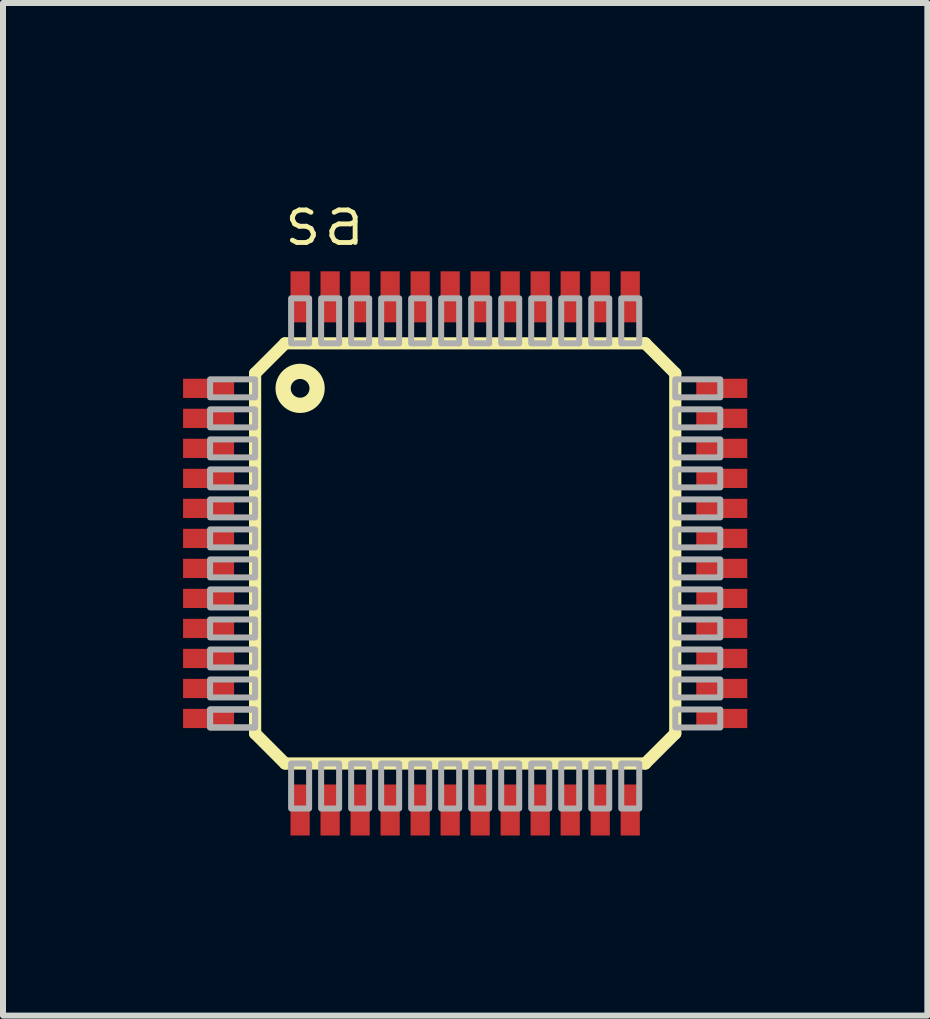
<source format=kicad_pcb>
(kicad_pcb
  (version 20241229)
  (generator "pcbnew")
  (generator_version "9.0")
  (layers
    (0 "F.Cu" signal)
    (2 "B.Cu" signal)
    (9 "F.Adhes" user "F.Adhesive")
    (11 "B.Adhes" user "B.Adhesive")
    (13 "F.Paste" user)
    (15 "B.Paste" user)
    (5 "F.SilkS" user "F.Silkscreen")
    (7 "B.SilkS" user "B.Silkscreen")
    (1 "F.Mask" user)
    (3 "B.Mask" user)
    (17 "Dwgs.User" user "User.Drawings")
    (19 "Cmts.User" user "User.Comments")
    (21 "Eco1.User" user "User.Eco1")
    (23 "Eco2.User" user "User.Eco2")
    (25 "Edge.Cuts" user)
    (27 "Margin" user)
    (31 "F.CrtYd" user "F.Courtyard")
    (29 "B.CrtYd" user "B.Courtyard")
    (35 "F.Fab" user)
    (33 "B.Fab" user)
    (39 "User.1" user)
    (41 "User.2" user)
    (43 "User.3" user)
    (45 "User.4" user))
  (footprint "sa"
    (layer "F.Cu")
    (at 4.7 6.17)
    (property "Reference" "sa" (at -2.337 -5.552 0) (layer "F.SilkS") (effects (font (size 0.813 0.813) (thickness 0.081))))
    (attr through_hole)
    (fp_line (start -3.5 -3) (end -3 -3.5) (stroke (width 0.203) (type solid)) (layer "F.SilkS"))
    (fp_line (start -3.5 3) (end -3.5 -3) (stroke (width 0.203) (type solid)) (layer "F.SilkS"))
    (fp_line (start -3 -3.5) (end 3 -3.5) (stroke (width 0.203) (type solid)) (layer "F.SilkS"))
    (fp_line (start -3 3.5) (end -3.5 3) (stroke (width 0.203) (type solid)) (layer "F.SilkS"))
    (fp_line (start 3 -3.5) (end 3.5 -3) (stroke (width 0.203) (type solid)) (layer "F.SilkS"))
    (fp_line (start 3 3.5) (end -3 3.5) (stroke (width 0.203) (type solid)) (layer "F.SilkS"))
    (fp_line (start 3.5 -3) (end 3.5 3) (stroke (width 0.203) (type solid)) (layer "F.SilkS"))
    (fp_line (start 3.5 3) (end 3 3.5) (stroke (width 0.203) (type solid)) (layer "F.SilkS"))
    (fp_circle (center -2.75 -2.75) (end -2.467 -2.75) (stroke (width 0.254) (type solid)) (fill no) (layer "F.SilkS"))
    (fp_poly (pts (xy -4.25 -2.9) (xy -3.5 -2.9) (xy -3.5 -2.6) (xy -4.25 -2.6)) (stroke (width 0.1) (type solid)) (fill no) (layer "F.Fab"))
    (fp_poly (pts (xy -4.25 -2.4) (xy -3.5 -2.4) (xy -3.5 -2.1) (xy -4.25 -2.1)) (stroke (width 0.1) (type solid)) (fill no) (layer "F.Fab"))
    (fp_poly (pts (xy -4.25 -1.9) (xy -3.5 -1.9) (xy -3.5 -1.6) (xy -4.25 -1.6)) (stroke (width 0.1) (type solid)) (fill no) (layer "F.Fab"))
    (fp_poly (pts (xy -4.25 -1.4) (xy -3.5 -1.4) (xy -3.5 -1.1) (xy -4.25 -1.1)) (stroke (width 0.1) (type solid)) (fill no) (layer "F.Fab"))
    (fp_poly (pts (xy -4.25 -0.9) (xy -3.5 -0.9) (xy -3.5 -0.6) (xy -4.25 -0.6)) (stroke (width 0.1) (type solid)) (fill no) (layer "F.Fab"))
    (fp_poly (pts (xy -4.25 -0.4) (xy -3.5 -0.4) (xy -3.5 -0.1) (xy -4.25 -0.1)) (stroke (width 0.1) (type solid)) (fill no) (layer "F.Fab"))
    (fp_poly (pts (xy -4.25 0.1) (xy -3.5 0.1) (xy -3.5 0.4) (xy -4.25 0.4)) (stroke (width 0.1) (type solid)) (fill no) (layer "F.Fab"))
    (fp_poly (pts (xy -4.25 0.6) (xy -3.5 0.6) (xy -3.5 0.9) (xy -4.25 0.9)) (stroke (width 0.1) (type solid)) (fill no) (layer "F.Fab"))
    (fp_poly (pts (xy -4.25 1.1) (xy -3.5 1.1) (xy -3.5 1.4) (xy -4.25 1.4)) (stroke (width 0.1) (type solid)) (fill no) (layer "F.Fab"))
    (fp_poly (pts (xy -4.25 1.6) (xy -3.5 1.6) (xy -3.5 1.9) (xy -4.25 1.9)) (stroke (width 0.1) (type solid)) (fill no) (layer "F.Fab"))
    (fp_poly (pts (xy -4.25 2.1) (xy -3.5 2.1) (xy -3.5 2.4) (xy -4.25 2.4)) (stroke (width 0.1) (type solid)) (fill no) (layer "F.Fab"))
    (fp_poly (pts (xy -4.25 2.6) (xy -3.5 2.6) (xy -3.5 2.9) (xy -4.25 2.9)) (stroke (width 0.1) (type solid)) (fill no) (layer "F.Fab"))
    (fp_poly (pts (xy -4.25 2.6) (xy -3.5 2.6) (xy -3.5 2.9) (xy -4.25 2.9)) (stroke (width 0.1) (type solid)) (fill no) (layer "F.Fab"))
    (fp_poly (pts (xy -2.9 -4.25) (xy -2.6 -4.25) (xy -2.6 -3.5) (xy -2.9 -3.5)) (stroke (width 0.1) (type solid)) (fill no) (layer "F.Fab"))
    (fp_poly (pts (xy -2.9 3.5) (xy -2.6 3.5) (xy -2.6 4.25) (xy -2.9 4.25)) (stroke (width 0.1) (type solid)) (fill no) (layer "F.Fab"))
    (fp_poly (pts (xy -2.4 -4.25) (xy -2.1 -4.25) (xy -2.1 -3.5) (xy -2.4 -3.5)) (stroke (width 0.1) (type solid)) (fill no) (layer "F.Fab"))
    (fp_poly (pts (xy -2.4 3.5) (xy -2.1 3.5) (xy -2.1 4.25) (xy -2.4 4.25)) (stroke (width 0.1) (type solid)) (fill no) (layer "F.Fab"))
    (fp_poly (pts (xy -1.9 -4.25) (xy -1.6 -4.25) (xy -1.6 -3.5) (xy -1.9 -3.5)) (stroke (width 0.1) (type solid)) (fill no) (layer "F.Fab"))
    (fp_poly (pts (xy -1.9 3.5) (xy -1.6 3.5) (xy -1.6 4.25) (xy -1.9 4.25)) (stroke (width 0.1) (type solid)) (fill no) (layer "F.Fab"))
    (fp_poly (pts (xy -1.4 -4.25) (xy -1.1 -4.25) (xy -1.1 -3.5) (xy -1.4 -3.5)) (stroke (width 0.1) (type solid)) (fill no) (layer "F.Fab"))
    (fp_poly (pts (xy -1.4 3.5) (xy -1.1 3.5) (xy -1.1 4.25) (xy -1.4 4.25)) (stroke (width 0.1) (type solid)) (fill no) (layer "F.Fab"))
    (fp_poly (pts (xy -0.9 -4.25) (xy -0.6 -4.25) (xy -0.6 -3.5) (xy -0.9 -3.5)) (stroke (width 0.1) (type solid)) (fill no) (layer "F.Fab"))
    (fp_poly (pts (xy -0.9 3.5) (xy -0.6 3.5) (xy -0.6 4.25) (xy -0.9 4.25)) (stroke (width 0.1) (type solid)) (fill no) (layer "F.Fab"))
    (fp_poly (pts (xy -0.4 -4.25) (xy -0.1 -4.25) (xy -0.1 -3.5) (xy -0.4 -3.5)) (stroke (width 0.1) (type solid)) (fill no) (layer "F.Fab"))
    (fp_poly (pts (xy -0.4 3.5) (xy -0.1 3.5) (xy -0.1 4.25) (xy -0.4 4.25)) (stroke (width 0.1) (type solid)) (fill no) (layer "F.Fab"))
    (fp_poly (pts (xy 0.1 -4.25) (xy 0.4 -4.25) (xy 0.4 -3.5) (xy 0.1 -3.5)) (stroke (width 0.1) (type solid)) (fill no) (layer "F.Fab"))
    (fp_poly (pts (xy 0.1 3.5) (xy 0.4 3.5) (xy 0.4 4.25) (xy 0.1 4.25)) (stroke (width 0.1) (type solid)) (fill no) (layer "F.Fab"))
    (fp_poly (pts (xy 0.6 -4.25) (xy 0.9 -4.25) (xy 0.9 -3.5) (xy 0.6 -3.5)) (stroke (width 0.1) (type solid)) (fill no) (layer "F.Fab"))
    (fp_poly (pts (xy 0.6 3.5) (xy 0.9 3.5) (xy 0.9 4.25) (xy 0.6 4.25)) (stroke (width 0.1) (type solid)) (fill no) (layer "F.Fab"))
    (fp_poly (pts (xy 1.1 -4.25) (xy 1.4 -4.25) (xy 1.4 -3.5) (xy 1.1 -3.5)) (stroke (width 0.1) (type solid)) (fill no) (layer "F.Fab"))
    (fp_poly (pts (xy 1.1 3.5) (xy 1.4 3.5) (xy 1.4 4.25) (xy 1.1 4.25)) (stroke (width 0.1) (type solid)) (fill no) (layer "F.Fab"))
    (fp_poly (pts (xy 1.6 -4.25) (xy 1.9 -4.25) (xy 1.9 -3.5) (xy 1.6 -3.5)) (stroke (width 0.1) (type solid)) (fill no) (layer "F.Fab"))
    (fp_poly (pts (xy 1.6 3.5) (xy 1.9 3.5) (xy 1.9 4.25) (xy 1.6 4.25)) (stroke (width 0.1) (type solid)) (fill no) (layer "F.Fab"))
    (fp_poly (pts (xy 2.1 -4.25) (xy 2.4 -4.25) (xy 2.4 -3.5) (xy 2.1 -3.5)) (stroke (width 0.1) (type solid)) (fill no) (layer "F.Fab"))
    (fp_poly (pts (xy 2.1 3.5) (xy 2.4 3.5) (xy 2.4 4.25) (xy 2.1 4.25)) (stroke (width 0.1) (type solid)) (fill no) (layer "F.Fab"))
    (fp_poly (pts (xy 2.6 -4.25) (xy 2.9 -4.25) (xy 2.9 -3.5) (xy 2.6 -3.5)) (stroke (width 0.1) (type solid)) (fill no) (layer "F.Fab"))
    (fp_poly (pts (xy 2.6 3.5) (xy 2.9 3.5) (xy 2.9 4.25) (xy 2.6 4.25)) (stroke (width 0.1) (type solid)) (fill no) (layer "F.Fab"))
    (fp_poly (pts (xy 3.5 -2.9) (xy 4.25 -2.9) (xy 4.25 -2.6) (xy 3.5 -2.6)) (stroke (width 0.1) (type solid)) (fill no) (layer "F.Fab"))
    (fp_poly (pts (xy 3.5 -2.4) (xy 4.25 -2.4) (xy 4.25 -2.1) (xy 3.5 -2.1)) (stroke (width 0.1) (type solid)) (fill no) (layer "F.Fab"))
    (fp_poly (pts (xy 3.5 -1.9) (xy 4.25 -1.9) (xy 4.25 -1.6) (xy 3.5 -1.6)) (stroke (width 0.1) (type solid)) (fill no) (layer "F.Fab"))
    (fp_poly (pts (xy 3.5 -1.4) (xy 4.25 -1.4) (xy 4.25 -1.1) (xy 3.5 -1.1)) (stroke (width 0.1) (type solid)) (fill no) (layer "F.Fab"))
    (fp_poly (pts (xy 3.5 -0.9) (xy 4.25 -0.9) (xy 4.25 -0.6) (xy 3.5 -0.6)) (stroke (width 0.1) (type solid)) (fill no) (layer "F.Fab"))
    (fp_poly (pts (xy 3.5 -0.4) (xy 4.25 -0.4) (xy 4.25 -0.1) (xy 3.5 -0.1)) (stroke (width 0.1) (type solid)) (fill no) (layer "F.Fab"))
    (fp_poly (pts (xy 3.5 0.1) (xy 4.25 0.1) (xy 4.25 0.4) (xy 3.5 0.4)) (stroke (width 0.1) (type solid)) (fill no) (layer "F.Fab"))
    (fp_poly (pts (xy 3.5 0.6) (xy 4.25 0.6) (xy 4.25 0.9) (xy 3.5 0.9)) (stroke (width 0.1) (type solid)) (fill no) (layer "F.Fab"))
    (fp_poly (pts (xy 3.5 1.1) (xy 4.25 1.1) (xy 4.25 1.4) (xy 3.5 1.4)) (stroke (width 0.1) (type solid)) (fill no) (layer "F.Fab"))
    (fp_poly (pts (xy 3.5 1.6) (xy 4.25 1.6) (xy 4.25 1.9) (xy 3.5 1.9)) (stroke (width 0.1) (type solid)) (fill no) (layer "F.Fab"))
    (fp_poly (pts (xy 3.5 2.1) (xy 4.25 2.1) (xy 4.25 2.4) (xy 3.5 2.4)) (stroke (width 0.1) (type solid)) (fill no) (layer "F.Fab"))
    (fp_poly (pts (xy 3.5 2.6) (xy 4.25 2.6) (xy 4.25 2.9) (xy 3.5 2.9)) (stroke (width 0.1) (type solid)) (fill no) (layer "F.Fab"))
    (pad "1" smd rect (at -4.275 -2.75) (size 0.85 0.32) (layers "F.Cu" "F.Mask" "F.Paste"))
    (pad "2" smd rect (at -4.275 -2.25) (size 0.85 0.32) (layers "F.Cu" "F.Mask" "F.Paste"))
    (pad "3" smd rect (at -4.275 -1.75) (size 0.85 0.32) (layers "F.Cu" "F.Mask" "F.Paste"))
    (pad "4" smd rect (at -4.275 -1.25) (size 0.85 0.32) (layers "F.Cu" "F.Mask" "F.Paste"))
    (pad "5" smd rect (at -4.275 -0.75) (size 0.85 0.32) (layers "F.Cu" "F.Mask" "F.Paste"))
    (pad "6" smd rect (at -4.275 -0.25) (size 0.85 0.32) (layers "F.Cu" "F.Mask" "F.Paste"))
    (pad "7" smd rect (at -4.275 0.25) (size 0.85 0.32) (layers "F.Cu" "F.Mask" "F.Paste"))
    (pad "8" smd rect (at -4.275 0.75) (size 0.85 0.32) (layers "F.Cu" "F.Mask" "F.Paste"))
    (pad "9" smd rect (at -4.275 1.25) (size 0.85 0.32) (layers "F.Cu" "F.Mask" "F.Paste"))
    (pad "10" smd rect (at -4.275 1.75) (size 0.85 0.32) (layers "F.Cu" "F.Mask" "F.Paste"))
    (pad "11" smd rect (at -4.275 2.25) (size 0.85 0.32) (layers "F.Cu" "F.Mask" "F.Paste"))
    (pad "12" smd rect (at -4.275 2.75) (size 0.85 0.32) (layers "F.Cu" "F.Mask" "F.Paste"))
    (pad "13" smd rect (at -2.75 4.275) (size 0.32 0.85) (layers "F.Cu" "F.Mask" "F.Paste"))
    (pad "14" smd rect (at -2.25 4.275) (size 0.32 0.85) (layers "F.Cu" "F.Mask" "F.Paste"))
    (pad "15" smd rect (at -1.75 4.275) (size 0.32 0.85) (layers "F.Cu" "F.Mask" "F.Paste"))
    (pad "16" smd rect (at -1.25 4.275) (size 0.32 0.85) (layers "F.Cu" "F.Mask" "F.Paste"))
    (pad "17" smd rect (at -0.75 4.275) (size 0.32 0.85) (layers "F.Cu" "F.Mask" "F.Paste"))
    (pad "18" smd rect (at -0.25 4.275) (size 0.32 0.85) (layers "F.Cu" "F.Mask" "F.Paste"))
    (pad "19" smd rect (at 0.25 4.275) (size 0.32 0.85) (layers "F.Cu" "F.Mask" "F.Paste"))
    (pad "20" smd rect (at 0.75 4.275) (size 0.32 0.85) (layers "F.Cu" "F.Mask" "F.Paste"))
    (pad "21" smd rect (at 1.25 4.275) (size 0.32 0.85) (layers "F.Cu" "F.Mask" "F.Paste"))
    (pad "22" smd rect (at 1.75 4.275) (size 0.32 0.85) (layers "F.Cu" "F.Mask" "F.Paste"))
    (pad "23" smd rect (at 2.25 4.275) (size 0.32 0.85) (layers "F.Cu" "F.Mask" "F.Paste"))
    (pad "24" smd rect (at 2.75 4.275) (size 0.32 0.85) (layers "F.Cu" "F.Mask" "F.Paste"))
    (pad "25" smd rect (at 4.275 2.75) (size 0.85 0.32) (layers "F.Cu" "F.Mask" "F.Paste"))
    (pad "26" smd rect (at 4.275 2.25) (size 0.85 0.32) (layers "F.Cu" "F.Mask" "F.Paste"))
    (pad "27" smd rect (at 4.275 1.75) (size 0.85 0.32) (layers "F.Cu" "F.Mask" "F.Paste"))
    (pad "28" smd rect (at 4.275 1.25) (size 0.85 0.32) (layers "F.Cu" "F.Mask" "F.Paste"))
    (pad "29" smd rect (at 4.275 0.75) (size 0.85 0.32) (layers "F.Cu" "F.Mask" "F.Paste"))
    (pad "30" smd rect (at 4.275 0.25) (size 0.85 0.32) (layers "F.Cu" "F.Mask" "F.Paste"))
    (pad "31" smd rect (at 4.275 -0.25) (size 0.85 0.32) (layers "F.Cu" "F.Mask" "F.Paste"))
    (pad "32" smd rect (at 4.275 -0.75) (size 0.85 0.32) (layers "F.Cu" "F.Mask" "F.Paste"))
    (pad "33" smd rect (at 4.275 -1.25) (size 0.85 0.32) (layers "F.Cu" "F.Mask" "F.Paste"))
    (pad "34" smd rect (at 4.275 -1.75) (size 0.85 0.32) (layers "F.Cu" "F.Mask" "F.Paste"))
    (pad "35" smd rect (at 4.275 -2.25) (size 0.85 0.32) (layers "F.Cu" "F.Mask" "F.Paste"))
    (pad "36" smd rect (at 4.275 -2.75) (size 0.85 0.32) (layers "F.Cu" "F.Mask" "F.Paste"))
    (pad "37" smd rect (at 2.75 -4.275) (size 0.32 0.85) (layers "F.Cu" "F.Mask" "F.Paste"))
    (pad "38" smd rect (at 2.25 -4.275) (size 0.32 0.85) (layers "F.Cu" "F.Mask" "F.Paste"))
    (pad "39" smd rect (at 1.75 -4.275) (size 0.32 0.85) (layers "F.Cu" "F.Mask" "F.Paste"))
    (pad "40" smd rect (at 1.25 -4.275) (size 0.32 0.85) (layers "F.Cu" "F.Mask" "F.Paste"))
    (pad "41" smd rect (at 0.75 -4.275) (size 0.32 0.85) (layers "F.Cu" "F.Mask" "F.Paste"))
    (pad "42" smd rect (at 0.25 -4.275) (size 0.32 0.85) (layers "F.Cu" "F.Mask" "F.Paste"))
    (pad "43" smd rect (at -0.25 -4.275) (size 0.32 0.85) (layers "F.Cu" "F.Mask" "F.Paste"))
    (pad "44" smd rect (at -0.75 -4.275) (size 0.32 0.85) (layers "F.Cu" "F.Mask" "F.Paste"))
    (pad "45" smd rect (at -1.25 -4.275) (size 0.32 0.85) (layers "F.Cu" "F.Mask" "F.Paste"))
    (pad "46" smd rect (at -1.75 -4.275) (size 0.32 0.85) (layers "F.Cu" "F.Mask" "F.Paste"))
    (pad "47" smd rect (at -2.25 -4.275) (size 0.32 0.85) (layers "F.Cu" "F.Mask" "F.Paste"))
    (pad "48" smd rect (at -2.75 -4.275) (size 0.32 0.85) (layers "F.Cu" "F.Mask" "F.Paste")))
  (gr_rect
    (start -3 -3)
    (end 12.4 13.87)
    (stroke (width 0.1) (type default))
    (fill no)
    (layer "Edge.Cuts")))
</source>
